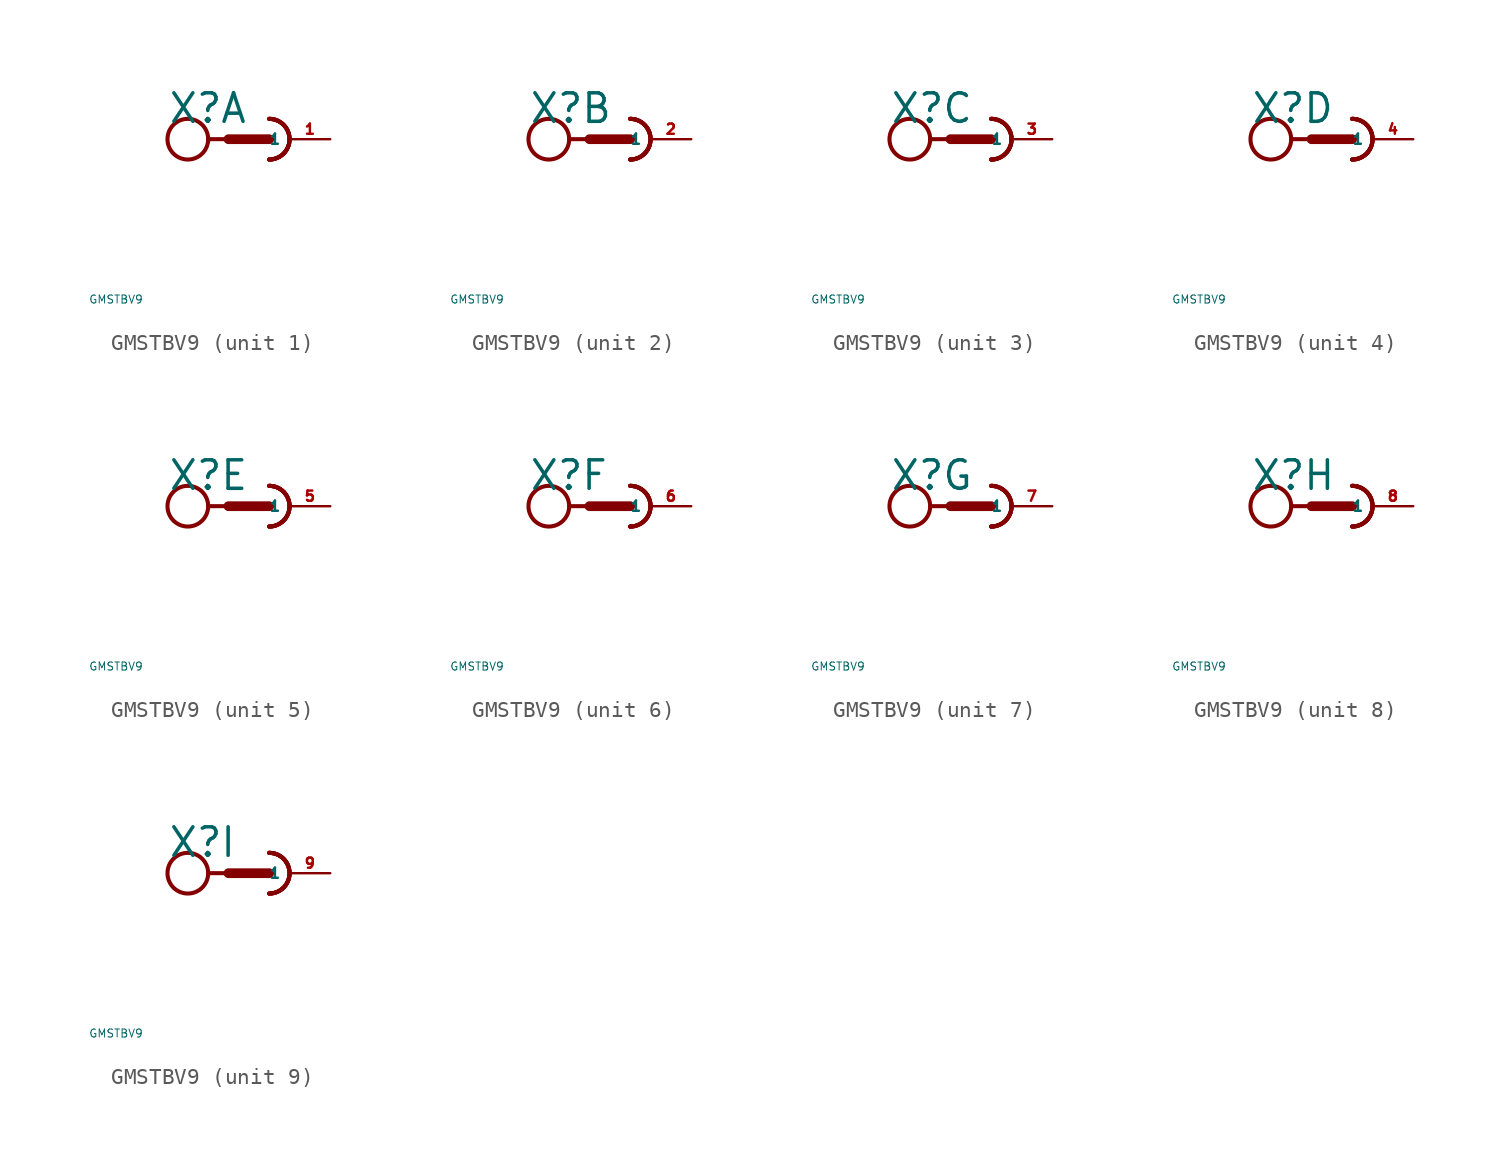
<source format=kicad_sym>
(kicad_symbol_lib
  (version 20220914)
  (generator Eagle2Kicad)
  (symbol "GMSTBV9"
    (property "Reference" "X"
      (at -5.08 0.889 0)
      (effects (font (size 1.778 1.778) (thickness 0.22)) (justify left bottom)))
    (property "Value" "GMSTBV9"
      (at -10 -10 0)
      (effects (font (size 0.5 0.5) (thickness 0.06)) (justify left)))
    (symbol "GMSTBV9_1_0"
      (arc (start 1.27 -1.27) (mid 2.540 0.000) (end 1.27 1.27) (stroke (width 0.254) (type default)) (fill (type none)))
      (arc (start 1.27 -1.27) (mid 2.540 0.000) (end 1.27 1.27) (stroke (width 0.254) (type default)) (fill (type none)))
      (arc (start 1.27 -1.27) (mid 2.540 0.000) (end 1.27 1.27) (stroke (width 0.254) (type default)) (fill (type none)))
      (polyline (pts (xy -2.54 0) (xy -1.27 0)) (stroke (width 0.254) (type default)) (fill (type none)))
      (polyline (pts (xy -1.27 0) (xy 1.27 0)) (stroke (width 0.61) (type default)) (fill (type none)))
      (arc (start 1.27 -1.27) (mid 2.540 0.000) (end 1.27 1.27) (stroke (width 0.254) (type default)) (fill (type none)))
      (circle (center -3.81 0) (radius 1.27) (stroke (width 0.254) (type default)) (fill (type none)))
      (pin passive line (at 5.08 0 180) (length 2.54) (name "1" (effects (font (size 0.635 0.635) (thickness 0.08)) (justify left bottom))) (number "1" (effects (font (size 0.635 0.635) (thickness 0.08)) (justify left bottom)))))
    (symbol "GMSTBV9_2_0"
      (arc (start 1.27 -1.27) (mid 2.540 0.000) (end 1.27 1.27) (stroke (width 0.254) (type default)) (fill (type none)))
      (arc (start 1.27 -1.27) (mid 2.540 0.000) (end 1.27 1.27) (stroke (width 0.254) (type default)) (fill (type none)))
      (arc (start 1.27 -1.27) (mid 2.540 0.000) (end 1.27 1.27) (stroke (width 0.254) (type default)) (fill (type none)))
      (polyline (pts (xy -2.54 0) (xy -1.27 0)) (stroke (width 0.254) (type default)) (fill (type none)))
      (polyline (pts (xy -1.27 0) (xy 1.27 0)) (stroke (width 0.61) (type default)) (fill (type none)))
      (arc (start 1.27 -1.27) (mid 2.540 0.000) (end 1.27 1.27) (stroke (width 0.254) (type default)) (fill (type none)))
      (circle (center -3.81 0) (radius 1.27) (stroke (width 0.254) (type default)) (fill (type none)))
      (pin passive line (at 5.08 0 180) (length 2.54) (name "1" (effects (font (size 0.635 0.635) (thickness 0.08)) (justify left bottom))) (number "2" (effects (font (size 0.635 0.635) (thickness 0.08)) (justify left bottom)))))
    (symbol "GMSTBV9_3_0"
      (arc (start 1.27 -1.27) (mid 2.540 0.000) (end 1.27 1.27) (stroke (width 0.254) (type default)) (fill (type none)))
      (arc (start 1.27 -1.27) (mid 2.540 0.000) (end 1.27 1.27) (stroke (width 0.254) (type default)) (fill (type none)))
      (arc (start 1.27 -1.27) (mid 2.540 0.000) (end 1.27 1.27) (stroke (width 0.254) (type default)) (fill (type none)))
      (polyline (pts (xy -2.54 0) (xy -1.27 0)) (stroke (width 0.254) (type default)) (fill (type none)))
      (polyline (pts (xy -1.27 0) (xy 1.27 0)) (stroke (width 0.61) (type default)) (fill (type none)))
      (arc (start 1.27 -1.27) (mid 2.540 0.000) (end 1.27 1.27) (stroke (width 0.254) (type default)) (fill (type none)))
      (circle (center -3.81 0) (radius 1.27) (stroke (width 0.254) (type default)) (fill (type none)))
      (pin passive line (at 5.08 0 180) (length 2.54) (name "1" (effects (font (size 0.635 0.635) (thickness 0.08)) (justify left bottom))) (number "3" (effects (font (size 0.635 0.635) (thickness 0.08)) (justify left bottom)))))
    (symbol "GMSTBV9_4_0"
      (arc (start 1.27 -1.27) (mid 2.540 0.000) (end 1.27 1.27) (stroke (width 0.254) (type default)) (fill (type none)))
      (arc (start 1.27 -1.27) (mid 2.540 0.000) (end 1.27 1.27) (stroke (width 0.254) (type default)) (fill (type none)))
      (arc (start 1.27 -1.27) (mid 2.540 0.000) (end 1.27 1.27) (stroke (width 0.254) (type default)) (fill (type none)))
      (polyline (pts (xy -2.54 0) (xy -1.27 0)) (stroke (width 0.254) (type default)) (fill (type none)))
      (polyline (pts (xy -1.27 0) (xy 1.27 0)) (stroke (width 0.61) (type default)) (fill (type none)))
      (arc (start 1.27 -1.27) (mid 2.540 0.000) (end 1.27 1.27) (stroke (width 0.254) (type default)) (fill (type none)))
      (circle (center -3.81 0) (radius 1.27) (stroke (width 0.254) (type default)) (fill (type none)))
      (pin passive line (at 5.08 0 180) (length 2.54) (name "1" (effects (font (size 0.635 0.635) (thickness 0.08)) (justify left bottom))) (number "4" (effects (font (size 0.635 0.635) (thickness 0.08)) (justify left bottom)))))
    (symbol "GMSTBV9_5_0"
      (arc (start 1.27 -1.27) (mid 2.540 0.000) (end 1.27 1.27) (stroke (width 0.254) (type default)) (fill (type none)))
      (arc (start 1.27 -1.27) (mid 2.540 0.000) (end 1.27 1.27) (stroke (width 0.254) (type default)) (fill (type none)))
      (arc (start 1.27 -1.27) (mid 2.540 0.000) (end 1.27 1.27) (stroke (width 0.254) (type default)) (fill (type none)))
      (polyline (pts (xy -2.54 0) (xy -1.27 0)) (stroke (width 0.254) (type default)) (fill (type none)))
      (polyline (pts (xy -1.27 0) (xy 1.27 0)) (stroke (width 0.61) (type default)) (fill (type none)))
      (arc (start 1.27 -1.27) (mid 2.540 0.000) (end 1.27 1.27) (stroke (width 0.254) (type default)) (fill (type none)))
      (circle (center -3.81 0) (radius 1.27) (stroke (width 0.254) (type default)) (fill (type none)))
      (pin passive line (at 5.08 0 180) (length 2.54) (name "1" (effects (font (size 0.635 0.635) (thickness 0.08)) (justify left bottom))) (number "5" (effects (font (size 0.635 0.635) (thickness 0.08)) (justify left bottom)))))
    (symbol "GMSTBV9_6_0"
      (arc (start 1.27 -1.27) (mid 2.540 0.000) (end 1.27 1.27) (stroke (width 0.254) (type default)) (fill (type none)))
      (arc (start 1.27 -1.27) (mid 2.540 0.000) (end 1.27 1.27) (stroke (width 0.254) (type default)) (fill (type none)))
      (arc (start 1.27 -1.27) (mid 2.540 0.000) (end 1.27 1.27) (stroke (width 0.254) (type default)) (fill (type none)))
      (polyline (pts (xy -2.54 0) (xy -1.27 0)) (stroke (width 0.254) (type default)) (fill (type none)))
      (polyline (pts (xy -1.27 0) (xy 1.27 0)) (stroke (width 0.61) (type default)) (fill (type none)))
      (arc (start 1.27 -1.27) (mid 2.540 0.000) (end 1.27 1.27) (stroke (width 0.254) (type default)) (fill (type none)))
      (circle (center -3.81 0) (radius 1.27) (stroke (width 0.254) (type default)) (fill (type none)))
      (pin passive line (at 5.08 0 180) (length 2.54) (name "1" (effects (font (size 0.635 0.635) (thickness 0.08)) (justify left bottom))) (number "6" (effects (font (size 0.635 0.635) (thickness 0.08)) (justify left bottom)))))
    (symbol "GMSTBV9_7_0"
      (arc (start 1.27 -1.27) (mid 2.540 0.000) (end 1.27 1.27) (stroke (width 0.254) (type default)) (fill (type none)))
      (arc (start 1.27 -1.27) (mid 2.540 0.000) (end 1.27 1.27) (stroke (width 0.254) (type default)) (fill (type none)))
      (arc (start 1.27 -1.27) (mid 2.540 0.000) (end 1.27 1.27) (stroke (width 0.254) (type default)) (fill (type none)))
      (polyline (pts (xy -2.54 0) (xy -1.27 0)) (stroke (width 0.254) (type default)) (fill (type none)))
      (polyline (pts (xy -1.27 0) (xy 1.27 0)) (stroke (width 0.61) (type default)) (fill (type none)))
      (arc (start 1.27 -1.27) (mid 2.540 0.000) (end 1.27 1.27) (stroke (width 0.254) (type default)) (fill (type none)))
      (circle (center -3.81 0) (radius 1.27) (stroke (width 0.254) (type default)) (fill (type none)))
      (pin passive line (at 5.08 0 180) (length 2.54) (name "1" (effects (font (size 0.635 0.635) (thickness 0.08)) (justify left bottom))) (number "7" (effects (font (size 0.635 0.635) (thickness 0.08)) (justify left bottom)))))
    (symbol "GMSTBV9_8_0"
      (arc (start 1.27 -1.27) (mid 2.540 0.000) (end 1.27 1.27) (stroke (width 0.254) (type default)) (fill (type none)))
      (arc (start 1.27 -1.27) (mid 2.540 0.000) (end 1.27 1.27) (stroke (width 0.254) (type default)) (fill (type none)))
      (arc (start 1.27 -1.27) (mid 2.540 0.000) (end 1.27 1.27) (stroke (width 0.254) (type default)) (fill (type none)))
      (polyline (pts (xy -2.54 0) (xy -1.27 0)) (stroke (width 0.254) (type default)) (fill (type none)))
      (polyline (pts (xy -1.27 0) (xy 1.27 0)) (stroke (width 0.61) (type default)) (fill (type none)))
      (arc (start 1.27 -1.27) (mid 2.540 0.000) (end 1.27 1.27) (stroke (width 0.254) (type default)) (fill (type none)))
      (circle (center -3.81 0) (radius 1.27) (stroke (width 0.254) (type default)) (fill (type none)))
      (pin passive line (at 5.08 0 180) (length 2.54) (name "1" (effects (font (size 0.635 0.635) (thickness 0.08)) (justify left bottom))) (number "8" (effects (font (size 0.635 0.635) (thickness 0.08)) (justify left bottom)))))
    (symbol "GMSTBV9_9_0"
      (arc (start 1.27 -1.27) (mid 2.540 0.000) (end 1.27 1.27) (stroke (width 0.254) (type default)) (fill (type none)))
      (arc (start 1.27 -1.27) (mid 2.540 0.000) (end 1.27 1.27) (stroke (width 0.254) (type default)) (fill (type none)))
      (arc (start 1.27 -1.27) (mid 2.540 0.000) (end 1.27 1.27) (stroke (width 0.254) (type default)) (fill (type none)))
      (polyline (pts (xy -2.54 0) (xy -1.27 0)) (stroke (width 0.254) (type default)) (fill (type none)))
      (polyline (pts (xy -1.27 0) (xy 1.27 0)) (stroke (width 0.61) (type default)) (fill (type none)))
      (arc (start 1.27 -1.27) (mid 2.540 0.000) (end 1.27 1.27) (stroke (width 0.254) (type default)) (fill (type none)))
      (circle (center -3.81 0) (radius 1.27) (stroke (width 0.254) (type default)) (fill (type none)))
      (pin passive line (at 5.08 0 180) (length 2.54) (name "1" (effects (font (size 0.635 0.635) (thickness 0.08)) (justify left bottom))) (number "9" (effects (font (size 0.635 0.635) (thickness 0.08)) (justify left bottom)))))))
</source>
